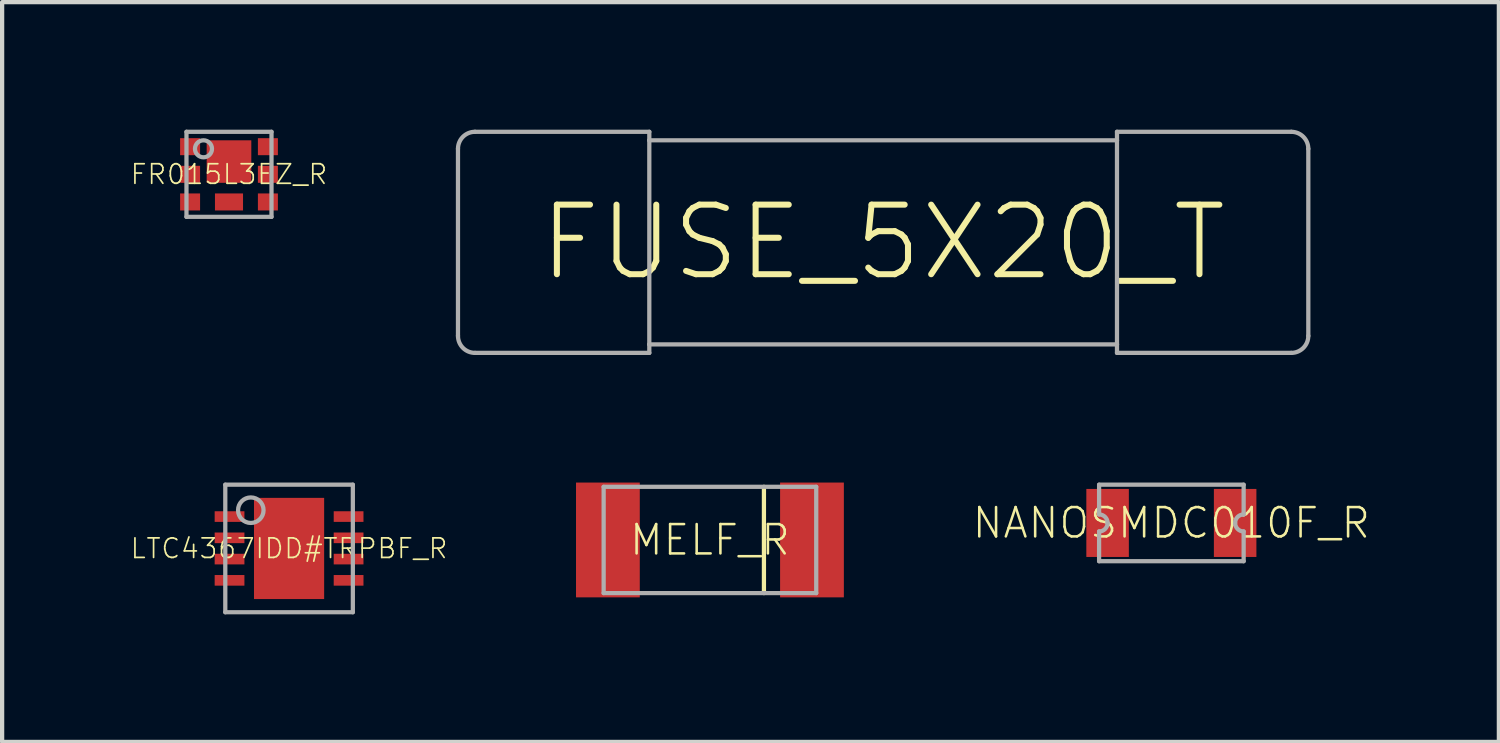
<source format=kicad_pcb>
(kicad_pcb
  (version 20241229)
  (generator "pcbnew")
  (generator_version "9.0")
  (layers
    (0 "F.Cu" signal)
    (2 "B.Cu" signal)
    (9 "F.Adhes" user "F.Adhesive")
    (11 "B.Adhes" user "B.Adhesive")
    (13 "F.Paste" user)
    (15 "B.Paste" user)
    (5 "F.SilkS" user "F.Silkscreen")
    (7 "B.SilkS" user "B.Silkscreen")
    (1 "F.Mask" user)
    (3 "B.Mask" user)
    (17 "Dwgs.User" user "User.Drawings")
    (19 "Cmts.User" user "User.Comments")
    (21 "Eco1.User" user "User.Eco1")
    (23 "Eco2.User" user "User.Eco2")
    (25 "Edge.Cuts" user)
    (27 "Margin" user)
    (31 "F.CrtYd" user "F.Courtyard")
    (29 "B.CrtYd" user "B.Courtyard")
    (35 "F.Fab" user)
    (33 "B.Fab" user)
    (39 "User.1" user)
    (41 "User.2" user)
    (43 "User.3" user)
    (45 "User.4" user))
  (footprint "LTC4367IDD#TRPBF_R"
    (layer "F.Cu")
    (at 3.749 9.85)
    (property "Reference" "LTC4367IDD#TRPBF_R" (at 0 0 0) (unlocked yes) (layer "F.SilkS") (effects (font (size 0.46 0.46) (thickness 0.04))))
    (fp_poly (pts (xy -1.8 -0.925) (xy -1.8 -0.575) (xy -1 -0.575) (xy -1 -0.925)) (stroke (width 0) (type default)) (fill yes) (layer "F.Mask"))
    (fp_poly (pts (xy -1.8 -0.425) (xy -1.8 -0.075) (xy -1 -0.075) (xy -1 -0.425)) (stroke (width 0) (type default)) (fill yes) (layer "F.Mask"))
    (fp_poly (pts (xy -1.8 0.075) (xy -1.8 0.425) (xy -1 0.425) (xy -1 0.075)) (stroke (width 0) (type default)) (fill yes) (layer "F.Mask"))
    (fp_poly (pts (xy -1.8 0.575) (xy -1.8 0.925) (xy -1 0.925) (xy -1 0.575)) (stroke (width 0) (type default)) (fill yes) (layer "F.Mask"))
    (fp_poly (pts (xy -0.88 -1.24) (xy -0.88 1.24) (xy 0.88 1.24) (xy 0.88 -1.24)) (stroke (width 0) (type default)) (fill yes) (layer "F.Mask"))
    (fp_poly (pts (xy 1 -0.925) (xy 1 -0.575) (xy 1.8 -0.575) (xy 1.8 -0.925)) (stroke (width 0) (type default)) (fill yes) (layer "F.Mask"))
    (fp_poly (pts (xy 1 -0.425) (xy 1 -0.075) (xy 1.8 -0.075) (xy 1.8 -0.425)) (stroke (width 0) (type default)) (fill yes) (layer "F.Mask"))
    (fp_poly (pts (xy 1 0.075) (xy 1 0.425) (xy 1.8 0.425) (xy 1.8 0.075)) (stroke (width 0) (type default)) (fill yes) (layer "F.Mask"))
    (fp_poly (pts (xy 1 0.575) (xy 1 0.925) (xy 1.8 0.925) (xy 1.8 0.575)) (stroke (width 0) (type default)) (fill yes) (layer "F.Mask"))
    (fp_poly (pts (xy -1.05 -0.625) (xy -1.75 -0.625) (xy -1.75 -0.875) (xy -1.05 -0.875)) (stroke (width 0) (type default)) (fill yes) (layer "F.Paste"))
    (fp_poly (pts (xy -1.05 -0.125) (xy -1.75 -0.125) (xy -1.75 -0.375) (xy -1.05 -0.375)) (stroke (width 0) (type default)) (fill yes) (layer "F.Paste"))
    (fp_poly (pts (xy -1.05 0.375) (xy -1.75 0.375) (xy -1.75 0.125) (xy -1.05 0.125)) (stroke (width 0) (type default)) (fill yes) (layer "F.Paste"))
    (fp_poly (pts (xy -1.05 0.875) (xy -1.75 0.875) (xy -1.75 0.625) (xy -1.05 0.625)) (stroke (width 0) (type default)) (fill yes) (layer "F.Paste"))
    (fp_poly (pts (xy 0.675 -0.13) (xy -0.675 -0.13) (xy -0.675 -1.04) (xy 0.675 -1.04)) (stroke (width 0) (type default)) (fill yes) (layer "F.Paste"))
    (fp_poly (pts (xy 0.675 1.04) (xy -0.675 1.04) (xy -0.675 0.13) (xy 0.675 0.13)) (stroke (width 0) (type default)) (fill yes) (layer "F.Paste"))
    (fp_poly (pts (xy 1.75 -0.625) (xy 1.05 -0.625) (xy 1.05 -0.875) (xy 1.75 -0.875)) (stroke (width 0) (type default)) (fill yes) (layer "F.Paste"))
    (fp_poly (pts (xy 1.75 -0.125) (xy 1.05 -0.125) (xy 1.05 -0.375) (xy 1.75 -0.375)) (stroke (width 0) (type default)) (fill yes) (layer "F.Paste"))
    (fp_poly (pts (xy 1.75 0.375) (xy 1.05 0.375) (xy 1.05 0.125) (xy 1.75 0.125)) (stroke (width 0) (type default)) (fill yes) (layer "F.Paste"))
    (fp_poly (pts (xy 1.75 0.875) (xy 1.05 0.875) (xy 1.05 0.625) (xy 1.75 0.625)) (stroke (width 0) (type default)) (fill yes) (layer "F.Paste"))
    (fp_line (start -1.5 -1.5) (end -1.5 1.5) (stroke (width 0.1) (type solid)) (layer "F.Fab"))
    (fp_line (start -1.5 1.5) (end 1.5 1.5) (stroke (width 0.1) (type solid)) (layer "F.Fab"))
    (fp_line (start 1.5 -1.5) (end -1.5 -1.5) (stroke (width 0.1) (type solid)) (layer "F.Fab"))
    (fp_line (start 1.5 1.5) (end 1.5 -1.5) (stroke (width 0.1) (type solid)) (layer "F.Fab"))
    (fp_circle (center -0.9 -0.9) (end -0.6 -0.9) (stroke (width 0.1) (type solid)) (fill no) (layer "F.Fab"))
    (pad "0" smd rect (at 0 0) (size 1.65 2.38) (layers "F.Cu"))
    (pad "1" smd rect (at -1.4 -0.75) (size 0.7 0.25) (layers "F.Cu"))
    (pad "2" smd rect (at -1.4 -0.25) (size 0.7 0.25) (layers "F.Cu"))
    (pad "3" smd rect (at -1.4 0.25) (size 0.7 0.25) (layers "F.Cu"))
    (pad "4" smd rect (at -1.4 0.75) (size 0.7 0.25) (layers "F.Cu"))
    (pad "5" smd rect (at 1.4 0.75) (size 0.7 0.25) (layers "F.Cu"))
    (pad "6" smd rect (at 1.4 0.25) (size 0.7 0.25) (layers "F.Cu"))
    (pad "7" smd rect (at 1.4 -0.25) (size 0.7 0.25) (layers "F.Cu"))
    (pad "8" smd rect (at 1.4 -0.75) (size 0.7 0.25) (layers "F.Cu")))
  (footprint "FR015L3EZ_R"
    (layer "F.Cu")
    (at 2.336 1.05)
    (property "Reference" "FR015L3EZ_R" (at 0 0 0) (unlocked yes) (layer "F.SilkS") (effects (font (size 0.46 0.46) (thickness 0.04))))
    (fp_poly (pts (xy -1.2 -0.4) (xy -0.575 -0.4) (xy -0.575 -0.9) (xy -1.2 -0.9)) (stroke (width 0) (type default)) (fill yes) (layer "F.Mask"))
    (fp_poly (pts (xy -1.2 0.25) (xy -0.575 0.25) (xy -0.575 -0.25) (xy -1.2 -0.25)) (stroke (width 0) (type default)) (fill yes) (layer "F.Mask"))
    (fp_poly (pts (xy -0.575 0.25) (xy 0.575 0.25) (xy 0.575 -0.85) (xy -0.575 -0.85)) (stroke (width 0) (type default)) (fill yes) (layer "F.Mask"))
    (fp_poly (pts (xy 0.575 -0.4) (xy 1.2 -0.4) (xy 1.2 -0.9) (xy 0.575 -0.9)) (stroke (width 0) (type default)) (fill yes) (layer "F.Mask"))
    (fp_poly (pts (xy 0.575 0.25) (xy 1.2 0.25) (xy 1.2 -0.25) (xy 0.575 -0.25)) (stroke (width 0) (type default)) (fill yes) (layer "F.Mask"))
    (fp_line (start -1 -1) (end 1 -1) (stroke (width 0.1) (type solid)) (layer "F.Fab"))
    (fp_line (start -1 1) (end -1 -1) (stroke (width 0.1) (type solid)) (layer "F.Fab"))
    (fp_line (start 1 -1) (end 1 1) (stroke (width 0.1) (type solid)) (layer "F.Fab"))
    (fp_line (start 1 1) (end -1 1) (stroke (width 0.1) (type solid)) (layer "F.Fab"))
    (fp_circle (center -0.6 -0.6) (end -0.4 -0.6) (stroke (width 0.1) (type solid)) (fill no) (layer "F.Fab"))
    (pad "0" smd rect (at 0 -0.3) (size 1.05 1) (layers "F.Cu" "F.Paste"))
    (pad "1" smd rect (at -0.915 -0.65) (size 0.47 0.4) (layers "F.Cu" "F.Paste"))
    (pad "2" smd rect (at -0.915 0) (size 0.47 0.4) (layers "F.Cu" "F.Paste"))
    (pad "3" smd rect (at -0.915 0.65) (size 0.47 0.4) (layers "F.Cu" "F.Mask" "F.Paste"))
    (pad "4" smd rect (at 0.915 0.65) (size 0.47 0.4) (layers "F.Cu" "F.Mask" "F.Paste"))
    (pad "5" smd rect (at 0.915 0) (size 0.47 0.4) (layers "F.Cu" "F.Paste"))
    (pad "6" smd rect (at 0.915 -0.65) (size 0.47 0.4) (layers "F.Cu" "F.Paste"))
    (pad "7" smd rect (at 0 0.65) (size 0.66 0.4) (layers "F.Cu" "F.Mask" "F.Paste")))
  (footprint "FUSE_5X20_T"
    (layer "F.Cu")
    (at 17.722 2.65)
    (property "Reference" "FUSE_5X20_T" (at 0 0 0) (unlocked yes) (layer "F.SilkS") (effects (font (size 1.636 1.636) (thickness 0.142))))
    (fp_line (start -10 -2.2) (end -10 2.2) (stroke (width 0.1) (type solid)) (layer "F.Fab"))
    (fp_line (start -9.6 2.6) (end -5.5 2.6) (stroke (width 0.1) (type solid)) (layer "F.Fab"))
    (fp_line (start -5.5 -2.6) (end -9.6 -2.6) (stroke (width 0.1) (type solid)) (layer "F.Fab"))
    (fp_line (start -5.5 -2.6) (end -5.5 -2.4) (stroke (width 0.1) (type solid)) (layer "F.Fab"))
    (fp_line (start -5.5 -2.4) (end -5.5 2.4) (stroke (width 0.1) (type solid)) (layer "F.Fab"))
    (fp_line (start -5.5 -2.4) (end 5.5 -2.4) (stroke (width 0.1) (type solid)) (layer "F.Fab"))
    (fp_line (start -5.5 2.4) (end -5.5 2.6) (stroke (width 0.1) (type solid)) (layer "F.Fab"))
    (fp_line (start 5.5 -2.6) (end 5.5 -2.4) (stroke (width 0.1) (type solid)) (layer "F.Fab"))
    (fp_line (start 5.5 -2.4) (end 5.5 2.4) (stroke (width 0.1) (type solid)) (layer "F.Fab"))
    (fp_line (start 5.5 2.4) (end -5.5 2.4) (stroke (width 0.1) (type solid)) (layer "F.Fab"))
    (fp_line (start 5.5 2.4) (end 5.5 2.6) (stroke (width 0.1) (type solid)) (layer "F.Fab"))
    (fp_line (start 5.5 2.6) (end 9.6 2.6) (stroke (width 0.1) (type solid)) (layer "F.Fab"))
    (fp_line (start 9.6 -2.6) (end 5.5 -2.6) (stroke (width 0.1) (type solid)) (layer "F.Fab"))
    (fp_line (start 10 2.2) (end 10 -2.2) (stroke (width 0.1) (type solid)) (layer "F.Fab"))
    (fp_arc (start -10 -2.2) (mid -9.882843 -2.482843) (end -9.6 -2.6) (stroke (width 0.1) (type solid)) (layer "F.Fab"))
    (fp_arc (start -9.6 2.6) (mid -9.882843 2.482843) (end -10 2.2) (stroke (width 0.1) (type solid)) (layer "F.Fab"))
    (fp_arc (start 9.6 -2.6) (mid 9.882843 -2.482843) (end 10 -2.2) (stroke (width 0.1) (type solid)) (layer "F.Fab"))
    (fp_arc (start 10 2.2) (mid 9.882843 2.482843) (end 9.6 2.6) (stroke (width 0.1) (type solid)) (layer "F.Fab")))
  (footprint "NANOSMDC010F_R"
    (layer "F.Cu")
    (at 24.501 9.25)
    (property "Reference" "NANOSMDC010F_R" (at 0 0 0) (unlocked yes) (layer "F.SilkS") (effects (font (size 0.69 0.69) (thickness 0.06))))
    (fp_poly (pts (xy -1 0.8) (xy -2 0.8) (xy -2 -0.8) (xy -1 -0.8)) (stroke (width 0) (type default)) (fill yes) (layer "F.Paste"))
    (fp_poly (pts (xy 2 0.8) (xy 1 0.8) (xy 1 -0.8) (xy 2 -0.8)) (stroke (width 0) (type default)) (fill yes) (layer "F.Paste"))
    (fp_line (start -1.7 -0.9) (end -1.7 -0.2) (stroke (width 0.1) (type solid)) (layer "F.Fab"))
    (fp_line (start -1.7 0.2) (end -1.7 0.9) (stroke (width 0.1) (type solid)) (layer "F.Fab"))
    (fp_line (start -1.7 0.9) (end 1.7 0.9) (stroke (width 0.1) (type solid)) (layer "F.Fab"))
    (fp_line (start 1.7 -0.9) (end -1.7 -0.9) (stroke (width 0.1) (type solid)) (layer "F.Fab"))
    (fp_line (start 1.7 -0.2) (end 1.7 -0.9) (stroke (width 0.1) (type solid)) (layer "F.Fab"))
    (fp_line (start 1.7 0.9) (end 1.7 0.2) (stroke (width 0.1) (type solid)) (layer "F.Fab"))
    (fp_arc (start -1.7 -0.2) (mid -1.558579 -0.141421) (end -1.5 0) (stroke (width 0.1) (type solid)) (layer "F.Fab"))
    (fp_arc (start -1.5 0) (mid -1.558579 0.141421) (end -1.7 0.2) (stroke (width 0.1) (type solid)) (layer "F.Fab"))
    (fp_arc (start 1.5 0) (mid 1.558579 -0.141421) (end 1.7 -0.2) (stroke (width 0.1) (type solid)) (layer "F.Fab"))
    (fp_arc (start 1.7 0.2) (mid 1.558579 0.141421) (end 1.5 0) (stroke (width 0.1) (type solid)) (layer "F.Fab"))
    (pad "1" smd rect (at -1.5 0) (size 1 1.6) (layers "F.Cu" "F.Mask"))
    (pad "2" smd rect (at 1.5 0) (size 1 1.6) (layers "F.Cu" "F.Mask")))
  (footprint "MELF_R"
    (layer "F.Cu")
    (at 13.648 9.65)
    (property "Reference" "MELF_R" (at 0 0 0) (unlocked yes) (layer "F.SilkS") (effects (font (size 0.69 0.69) (thickness 0.06))))
    (fp_line (start 1.27 -1.25) (end 1.27 1.25) (stroke (width 0.1) (type solid)) (layer "F.SilkS"))
    (fp_poly (pts (xy -1.65 1.35) (xy -3.15 1.35) (xy -3.15 -1.35) (xy -1.65 -1.35)) (stroke (width 0) (type default)) (fill yes) (layer "F.Paste"))
    (fp_poly (pts (xy 3.15 1.35) (xy 1.65 1.35) (xy 1.65 -1.35) (xy 3.15 -1.35)) (stroke (width 0) (type default)) (fill yes) (layer "F.Paste"))
    (fp_line (start -2.5 -1.25) (end -2.5 1.25) (stroke (width 0.1) (type solid)) (layer "F.Fab"))
    (fp_line (start -2.5 1.25) (end 2.5 1.25) (stroke (width 0.1) (type solid)) (layer "F.Fab"))
    (fp_line (start 2.5 -1.25) (end -2.5 -1.25) (stroke (width 0.1) (type solid)) (layer "F.Fab"))
    (fp_line (start 2.5 1.25) (end 2.5 -1.25) (stroke (width 0.1) (type solid)) (layer "F.Fab"))
    (pad "1" smd rect (at -2.4 0) (size 1.5 2.7) (layers "F.Cu" "F.Mask"))
    (pad "2" smd rect (at 2.4 0) (size 1.5 2.7) (layers "F.Cu" "F.Mask")))
  (gr_rect
    (start -3 -3)
    (end 32.204 14.4)
    (stroke (width 0.1) (type default))
    (fill no)
    (layer "Edge.Cuts")))
</source>
